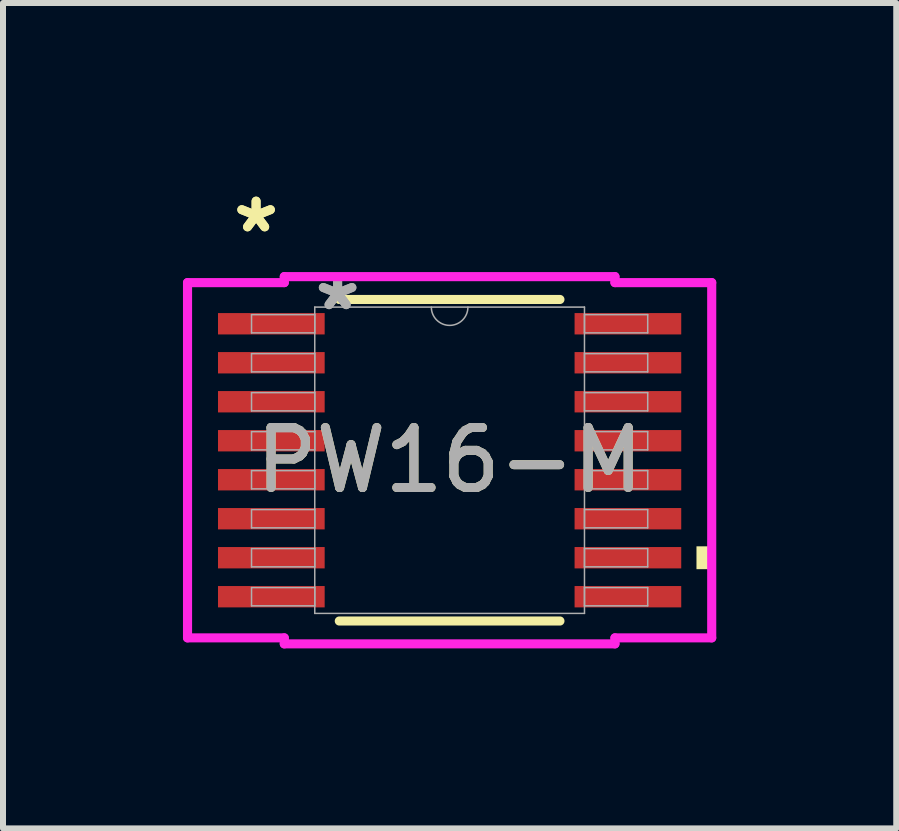
<source format=kicad_pcb>
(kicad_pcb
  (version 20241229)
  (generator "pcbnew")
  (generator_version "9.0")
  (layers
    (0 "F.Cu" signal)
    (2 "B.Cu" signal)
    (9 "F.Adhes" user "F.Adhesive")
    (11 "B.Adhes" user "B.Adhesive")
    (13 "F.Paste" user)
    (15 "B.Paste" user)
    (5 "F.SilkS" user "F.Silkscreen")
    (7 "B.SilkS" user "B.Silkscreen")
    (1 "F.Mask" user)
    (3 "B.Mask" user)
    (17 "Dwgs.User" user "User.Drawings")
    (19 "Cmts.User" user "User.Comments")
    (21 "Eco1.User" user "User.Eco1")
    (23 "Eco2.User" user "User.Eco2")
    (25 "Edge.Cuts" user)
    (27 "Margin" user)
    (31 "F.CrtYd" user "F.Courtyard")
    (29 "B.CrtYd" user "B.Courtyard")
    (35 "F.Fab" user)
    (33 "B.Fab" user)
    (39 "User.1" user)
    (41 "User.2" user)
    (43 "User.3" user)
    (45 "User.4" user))
  (footprint "PW16-M"
    (layer "F.Cu")
    (at 4.445 4.622)
    (property "Reference" "PW16-M" (at 0 0 0) (unlocked yes) (layer "F.SilkS") (effects (font (size 1 1) (thickness 0.15))))
    (attr smd)
    (fp_line (start -1.839 2.68) (end 1.839 2.68) (stroke (width 0.152) (type solid)) (layer "F.SilkS"))
    (fp_line (start 1.839 -2.68) (end -1.839 -2.68) (stroke (width 0.152) (type solid)) (layer "F.SilkS"))
    (fp_poly (pts (xy 4.369 1.435) (xy 4.369 1.816) (xy 4.115 1.816) (xy 4.115 1.435)) (stroke (width 0) (type solid)) (fill yes) (layer "F.SilkS"))
    (fp_line (start -4.369 -2.961) (end -2.756 -2.961) (stroke (width 0.152) (type solid)) (layer "F.CrtYd"))
    (fp_line (start -4.369 2.961) (end -4.369 -2.961) (stroke (width 0.152) (type solid)) (layer "F.CrtYd"))
    (fp_line (start -4.369 2.961) (end -2.756 2.961) (stroke (width 0.152) (type solid)) (layer "F.CrtYd"))
    (fp_line (start -2.756 -3.061) (end 2.756 -3.061) (stroke (width 0.152) (type solid)) (layer "F.CrtYd"))
    (fp_line (start -2.756 -2.961) (end -2.756 -3.061) (stroke (width 0.152) (type solid)) (layer "F.CrtYd"))
    (fp_line (start -2.756 3.061) (end -2.756 2.961) (stroke (width 0.152) (type solid)) (layer "F.CrtYd"))
    (fp_line (start 2.756 -3.061) (end 2.756 -2.961) (stroke (width 0.152) (type solid)) (layer "F.CrtYd"))
    (fp_line (start 2.756 2.961) (end 2.756 3.061) (stroke (width 0.152) (type solid)) (layer "F.CrtYd"))
    (fp_line (start 2.756 3.061) (end -2.756 3.061) (stroke (width 0.152) (type solid)) (layer "F.CrtYd"))
    (fp_line (start 4.369 -2.961) (end 2.756 -2.961) (stroke (width 0.152) (type solid)) (layer "F.CrtYd"))
    (fp_line (start 4.369 -2.961) (end 4.369 2.961) (stroke (width 0.152) (type solid)) (layer "F.CrtYd"))
    (fp_line (start 4.369 2.961) (end 2.756 2.961) (stroke (width 0.152) (type solid)) (layer "F.CrtYd"))
    (fp_line (start -3.302 -2.427) (end -3.302 -2.123) (stroke (width 0.025) (type solid)) (layer "F.Fab"))
    (fp_line (start -3.302 -2.123) (end -2.248 -2.123) (stroke (width 0.025) (type solid)) (layer "F.Fab"))
    (fp_line (start -3.302 -1.777) (end -3.302 -1.473) (stroke (width 0.025) (type solid)) (layer "F.Fab"))
    (fp_line (start -3.302 -1.473) (end -2.248 -1.473) (stroke (width 0.025) (type solid)) (layer "F.Fab"))
    (fp_line (start -3.302 -1.127) (end -3.302 -0.823) (stroke (width 0.025) (type solid)) (layer "F.Fab"))
    (fp_line (start -3.302 -0.823) (end -2.248 -0.823) (stroke (width 0.025) (type solid)) (layer "F.Fab"))
    (fp_line (start -3.302 -0.477) (end -3.302 -0.173) (stroke (width 0.025) (type solid)) (layer "F.Fab"))
    (fp_line (start -3.302 -0.173) (end -2.248 -0.173) (stroke (width 0.025) (type solid)) (layer "F.Fab"))
    (fp_line (start -3.302 0.173) (end -3.302 0.477) (stroke (width 0.025) (type solid)) (layer "F.Fab"))
    (fp_line (start -3.302 0.477) (end -2.248 0.477) (stroke (width 0.025) (type solid)) (layer "F.Fab"))
    (fp_line (start -3.302 0.823) (end -3.302 1.127) (stroke (width 0.025) (type solid)) (layer "F.Fab"))
    (fp_line (start -3.302 1.127) (end -2.248 1.127) (stroke (width 0.025) (type solid)) (layer "F.Fab"))
    (fp_line (start -3.302 1.473) (end -3.302 1.777) (stroke (width 0.025) (type solid)) (layer "F.Fab"))
    (fp_line (start -3.302 1.777) (end -2.248 1.777) (stroke (width 0.025) (type solid)) (layer "F.Fab"))
    (fp_line (start -3.302 2.123) (end -3.302 2.427) (stroke (width 0.025) (type solid)) (layer "F.Fab"))
    (fp_line (start -3.302 2.427) (end -2.248 2.427) (stroke (width 0.025) (type solid)) (layer "F.Fab"))
    (fp_line (start -2.248 -2.553) (end -2.248 2.553) (stroke (width 0.025) (type solid)) (layer "F.Fab"))
    (fp_line (start -2.248 -2.427) (end -3.302 -2.427) (stroke (width 0.025) (type solid)) (layer "F.Fab"))
    (fp_line (start -2.248 -2.123) (end -2.248 -2.427) (stroke (width 0.025) (type solid)) (layer "F.Fab"))
    (fp_line (start -2.248 -1.777) (end -3.302 -1.777) (stroke (width 0.025) (type solid)) (layer "F.Fab"))
    (fp_line (start -2.248 -1.473) (end -2.248 -1.777) (stroke (width 0.025) (type solid)) (layer "F.Fab"))
    (fp_line (start -2.248 -1.127) (end -3.302 -1.127) (stroke (width 0.025) (type solid)) (layer "F.Fab"))
    (fp_line (start -2.248 -0.823) (end -2.248 -1.127) (stroke (width 0.025) (type solid)) (layer "F.Fab"))
    (fp_line (start -2.248 -0.477) (end -3.302 -0.477) (stroke (width 0.025) (type solid)) (layer "F.Fab"))
    (fp_line (start -2.248 -0.173) (end -2.248 -0.477) (stroke (width 0.025) (type solid)) (layer "F.Fab"))
    (fp_line (start -2.248 0.173) (end -3.302 0.173) (stroke (width 0.025) (type solid)) (layer "F.Fab"))
    (fp_line (start -2.248 0.477) (end -2.248 0.173) (stroke (width 0.025) (type solid)) (layer "F.Fab"))
    (fp_line (start -2.248 0.823) (end -3.302 0.823) (stroke (width 0.025) (type solid)) (layer "F.Fab"))
    (fp_line (start -2.248 1.127) (end -2.248 0.823) (stroke (width 0.025) (type solid)) (layer "F.Fab"))
    (fp_line (start -2.248 1.473) (end -3.302 1.473) (stroke (width 0.025) (type solid)) (layer "F.Fab"))
    (fp_line (start -2.248 1.777) (end -2.248 1.473) (stroke (width 0.025) (type solid)) (layer "F.Fab"))
    (fp_line (start -2.248 2.123) (end -3.302 2.123) (stroke (width 0.025) (type solid)) (layer "F.Fab"))
    (fp_line (start -2.248 2.427) (end -2.248 2.123) (stroke (width 0.025) (type solid)) (layer "F.Fab"))
    (fp_line (start -2.248 2.553) (end 2.248 2.553) (stroke (width 0.025) (type solid)) (layer "F.Fab"))
    (fp_line (start 2.248 -2.553) (end -2.248 -2.553) (stroke (width 0.025) (type solid)) (layer "F.Fab"))
    (fp_line (start 2.248 -2.427) (end 2.248 -2.123) (stroke (width 0.025) (type solid)) (layer "F.Fab"))
    (fp_line (start 2.248 -2.123) (end 3.302 -2.123) (stroke (width 0.025) (type solid)) (layer "F.Fab"))
    (fp_line (start 2.248 -1.777) (end 2.248 -1.473) (stroke (width 0.025) (type solid)) (layer "F.Fab"))
    (fp_line (start 2.248 -1.473) (end 3.302 -1.473) (stroke (width 0.025) (type solid)) (layer "F.Fab"))
    (fp_line (start 2.248 -1.127) (end 2.248 -0.823) (stroke (width 0.025) (type solid)) (layer "F.Fab"))
    (fp_line (start 2.248 -0.823) (end 3.302 -0.823) (stroke (width 0.025) (type solid)) (layer "F.Fab"))
    (fp_line (start 2.248 -0.477) (end 2.248 -0.173) (stroke (width 0.025) (type solid)) (layer "F.Fab"))
    (fp_line (start 2.248 -0.173) (end 3.302 -0.173) (stroke (width 0.025) (type solid)) (layer "F.Fab"))
    (fp_line (start 2.248 0.173) (end 2.248 0.477) (stroke (width 0.025) (type solid)) (layer "F.Fab"))
    (fp_line (start 2.248 0.477) (end 3.302 0.477) (stroke (width 0.025) (type solid)) (layer "F.Fab"))
    (fp_line (start 2.248 0.823) (end 2.248 1.127) (stroke (width 0.025) (type solid)) (layer "F.Fab"))
    (fp_line (start 2.248 1.127) (end 3.302 1.127) (stroke (width 0.025) (type solid)) (layer "F.Fab"))
    (fp_line (start 2.248 1.473) (end 2.248 1.777) (stroke (width 0.025) (type solid)) (layer "F.Fab"))
    (fp_line (start 2.248 1.777) (end 3.302 1.777) (stroke (width 0.025) (type solid)) (layer "F.Fab"))
    (fp_line (start 2.248 2.123) (end 2.248 2.427) (stroke (width 0.025) (type solid)) (layer "F.Fab"))
    (fp_line (start 2.248 2.427) (end 3.302 2.427) (stroke (width 0.025) (type solid)) (layer "F.Fab"))
    (fp_line (start 2.248 2.553) (end 2.248 -2.553) (stroke (width 0.025) (type solid)) (layer "F.Fab"))
    (fp_line (start 3.302 -2.427) (end 2.248 -2.427) (stroke (width 0.025) (type solid)) (layer "F.Fab"))
    (fp_line (start 3.302 -2.123) (end 3.302 -2.427) (stroke (width 0.025) (type solid)) (layer "F.Fab"))
    (fp_line (start 3.302 -1.777) (end 2.248 -1.777) (stroke (width 0.025) (type solid)) (layer "F.Fab"))
    (fp_line (start 3.302 -1.473) (end 3.302 -1.777) (stroke (width 0.025) (type solid)) (layer "F.Fab"))
    (fp_line (start 3.302 -1.127) (end 2.248 -1.127) (stroke (width 0.025) (type solid)) (layer "F.Fab"))
    (fp_line (start 3.302 -0.823) (end 3.302 -1.127) (stroke (width 0.025) (type solid)) (layer "F.Fab"))
    (fp_line (start 3.302 -0.477) (end 2.248 -0.477) (stroke (width 0.025) (type solid)) (layer "F.Fab"))
    (fp_line (start 3.302 -0.173) (end 3.302 -0.477) (stroke (width 0.025) (type solid)) (layer "F.Fab"))
    (fp_line (start 3.302 0.173) (end 2.248 0.173) (stroke (width 0.025) (type solid)) (layer "F.Fab"))
    (fp_line (start 3.302 0.477) (end 3.302 0.173) (stroke (width 0.025) (type solid)) (layer "F.Fab"))
    (fp_line (start 3.302 0.823) (end 2.248 0.823) (stroke (width 0.025) (type solid)) (layer "F.Fab"))
    (fp_line (start 3.302 1.127) (end 3.302 0.823) (stroke (width 0.025) (type solid)) (layer "F.Fab"))
    (fp_line (start 3.302 1.473) (end 2.248 1.473) (stroke (width 0.025) (type solid)) (layer "F.Fab"))
    (fp_line (start 3.302 1.777) (end 3.302 1.473) (stroke (width 0.025) (type solid)) (layer "F.Fab"))
    (fp_line (start 3.302 2.123) (end 2.248 2.123) (stroke (width 0.025) (type solid)) (layer "F.Fab"))
    (fp_line (start 3.302 2.427) (end 3.302 2.123) (stroke (width 0.025) (type solid)) (layer "F.Fab"))
    (fp_arc (start 0.3048 -2.5527) (mid 0 -2.2479) (end -0.3048 -2.5527) (stroke (width 0.0254) (type solid)) (layer "F.Fab"))
    (fp_text user "*" (at -3.226 -3.774 0) (layer "F.SilkS") (effects (font (size 1 1) (thickness 0.15))))
    (fp_text user "*" (at -3.226 -3.774 0) (unlocked yes) (layer "F.SilkS") (effects (font (size 1 1) (thickness 0.15))))
    (fp_text user "${REFERENCE}" (at 0 0 0) (unlocked yes) (layer "F.Fab") (effects (font (size 1 1) (thickness 0.15))))
    (fp_text user "*" (at -1.867 -2.477 0) (unlocked yes) (layer "F.Fab") (effects (font (size 1 1) (thickness 0.15))))
    (fp_text user "*" (at -1.867 -2.477 0) (layer "F.Fab") (effects (font (size 1 1) (thickness 0.15))))
    (pad "1" smd rect (at -2.972 -2.275) (size 1.778 0.356) (layers "F.Cu" "F.Mask" "F.Paste"))
    (pad "2" smd rect (at -2.972 -1.625) (size 1.778 0.356) (layers "F.Cu" "F.Mask" "F.Paste"))
    (pad "3" smd rect (at -2.972 -0.975) (size 1.778 0.356) (layers "F.Cu" "F.Mask" "F.Paste"))
    (pad "4" smd rect (at -2.972 -0.325) (size 1.778 0.356) (layers "F.Cu" "F.Mask" "F.Paste"))
    (pad "5" smd rect (at -2.972 0.325) (size 1.778 0.356) (layers "F.Cu" "F.Mask" "F.Paste"))
    (pad "6" smd rect (at -2.972 0.975) (size 1.778 0.356) (layers "F.Cu" "F.Mask" "F.Paste"))
    (pad "7" smd rect (at -2.972 1.625) (size 1.778 0.356) (layers "F.Cu" "F.Mask" "F.Paste"))
    (pad "8" smd rect (at -2.972 2.275) (size 1.778 0.356) (layers "F.Cu" "F.Mask" "F.Paste"))
    (pad "9" smd rect (at 2.972 2.275) (size 1.778 0.356) (layers "F.Cu" "F.Mask" "F.Paste"))
    (pad "10" smd rect (at 2.972 1.625) (size 1.778 0.356) (layers "F.Cu" "F.Mask" "F.Paste"))
    (pad "11" smd rect (at 2.972 0.975) (size 1.778 0.356) (layers "F.Cu" "F.Mask" "F.Paste"))
    (pad "12" smd rect (at 2.972 0.325) (size 1.778 0.356) (layers "F.Cu" "F.Mask" "F.Paste"))
    (pad "13" smd rect (at 2.972 -0.325) (size 1.778 0.356) (layers "F.Cu" "F.Mask" "F.Paste"))
    (pad "14" smd rect (at 2.972 -0.975) (size 1.778 0.356) (layers "F.Cu" "F.Mask" "F.Paste"))
    (pad "15" smd rect (at 2.972 -1.625) (size 1.778 0.356) (layers "F.Cu" "F.Mask" "F.Paste"))
    (pad "16" smd rect (at 2.972 -2.275) (size 1.778 0.356) (layers "F.Cu" "F.Mask" "F.Paste")))
  (gr_rect
    (start -3 -3)
    (end 11.89 10.759)
    (stroke (width 0.1) (type default))
    (fill no)
    (layer "Edge.Cuts")))
</source>
